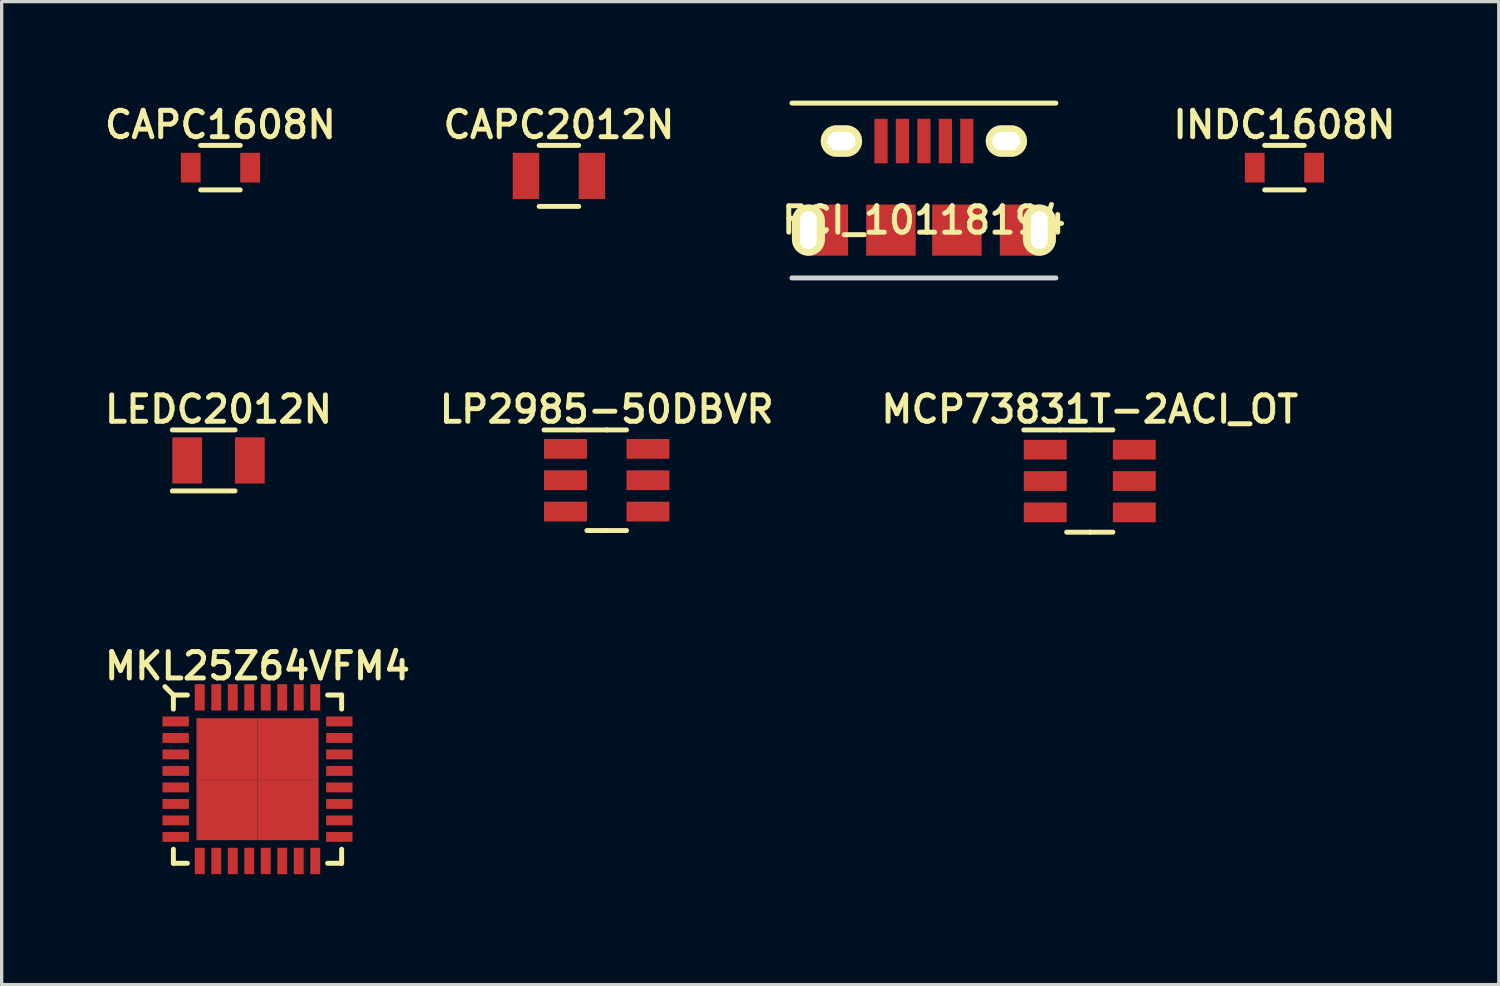
<source format=kicad_pcb>
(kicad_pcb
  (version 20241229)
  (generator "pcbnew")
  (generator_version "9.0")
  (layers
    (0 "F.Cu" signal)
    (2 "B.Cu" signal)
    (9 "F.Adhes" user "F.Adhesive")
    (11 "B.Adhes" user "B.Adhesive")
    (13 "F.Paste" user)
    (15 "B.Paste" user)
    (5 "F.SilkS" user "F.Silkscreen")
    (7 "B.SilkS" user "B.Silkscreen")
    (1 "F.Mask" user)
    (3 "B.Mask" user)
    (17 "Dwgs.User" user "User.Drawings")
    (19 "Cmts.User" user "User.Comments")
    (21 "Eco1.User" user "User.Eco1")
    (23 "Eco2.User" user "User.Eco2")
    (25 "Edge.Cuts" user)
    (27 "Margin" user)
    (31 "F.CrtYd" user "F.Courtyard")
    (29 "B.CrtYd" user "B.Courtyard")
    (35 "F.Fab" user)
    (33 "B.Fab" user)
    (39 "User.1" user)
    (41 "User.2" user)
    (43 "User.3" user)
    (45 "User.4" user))
  (footprint "CAPC1608N"
    (layer "F.Cu")
    (at 3.631 2.031)
    (property "Reference" "CAPC1608N" (at 0 -1.3 0) (layer "F.SilkS") (effects (font (size 0.8 0.8) (thickness 0.15))))
    (attr through_hole)
    (fp_line (start -0.6 -0.675) (end 0.6 -0.675) (stroke (width 0.15) (type solid)) (layer "F.SilkS"))
    (fp_line (start -0.6 0.675) (end 0.6 0.675) (stroke (width 0.15) (type solid)) (layer "F.SilkS"))
    (fp_line (start -0.85 0.45) (end -0.85 -0.2) (stroke (width 0.15) (type solid)) (layer "Eco1.User"))
    (fp_line (start -0.6 -0.45) (end -0.85 -0.2) (stroke (width 0.15) (type solid)) (layer "Eco1.User"))
    (fp_line (start -0.6 -0.45) (end 0.85 -0.45) (stroke (width 0.15) (type solid)) (layer "Eco1.User"))
    (fp_line (start 0.85 -0.45) (end 0.85 0.45) (stroke (width 0.15) (type solid)) (layer "Eco1.User"))
    (fp_line (start 0.85 0.45) (end -0.85 0.45) (stroke (width 0.15) (type solid)) (layer "Eco1.User"))
    (fp_line (start -1.45 -0.7) (end -1.45 0.7) (stroke (width 0.15) (type solid)) (layer "Eco2.User"))
    (fp_line (start -1.45 0.7) (end 1.45 0.7) (stroke (width 0.15) (type solid)) (layer "Eco2.User"))
    (fp_line (start 1.45 -0.7) (end -1.45 -0.7) (stroke (width 0.15) (type solid)) (layer "Eco2.User"))
    (fp_line (start 1.45 0.7) (end 1.45 -0.7) (stroke (width 0.15) (type solid)) (layer "Eco2.User"))
    (pad "1" smd rect (at -0.9 0) (size 0.6 0.9) (layers "F.Cu" "F.Mask" "F.Paste"))
    (pad "2" smd rect (at 0.9 0) (size 0.6 0.9) (layers "F.Cu" "F.Mask" "F.Paste")))
  (footprint "MKL25Z64VFM4"
    (layer "F.Cu")
    (at 4.755 20.567)
    (property "Reference" "MKL25Z64VFM4" (at 0 -3.43 0) (layer "F.SilkS") (effects (font (size 0.8 0.8) (thickness 0.15))))
    (attr through_hole)
    (fp_line (start -2.55 -2.55) (end -2.805 -2.805) (stroke (width 0.15) (type solid)) (layer "F.SilkS"))
    (fp_line (start -2.55 -2.55) (end -2.55 -2.125) (stroke (width 0.15) (type solid)) (layer "F.SilkS"))
    (fp_line (start -2.55 -2.55) (end -2.125 -2.55) (stroke (width 0.15) (type solid)) (layer "F.SilkS"))
    (fp_line (start -2.55 2.55) (end -2.55 2.125) (stroke (width 0.15) (type solid)) (layer "F.SilkS"))
    (fp_line (start -2.55 2.55) (end -2.125 2.55) (stroke (width 0.15) (type solid)) (layer "F.SilkS"))
    (fp_line (start 2.55 -2.55) (end 2.125 -2.55) (stroke (width 0.15) (type solid)) (layer "F.SilkS"))
    (fp_line (start 2.55 -2.55) (end 2.55 -2.125) (stroke (width 0.15) (type solid)) (layer "F.SilkS"))
    (fp_line (start 2.55 2.55) (end 2.125 2.55) (stroke (width 0.15) (type solid)) (layer "F.SilkS"))
    (fp_line (start 2.55 2.55) (end 2.55 2.125) (stroke (width 0.15) (type solid)) (layer "F.SilkS"))
    (fp_line (start -2.55 2.55) (end -2.55 -2.05) (stroke (width 0.15) (type solid)) (layer "Eco1.User"))
    (fp_line (start -2.05 -2.55) (end -2.55 -2.05) (stroke (width 0.15) (type solid)) (layer "Eco1.User"))
    (fp_line (start -2.05 -2.55) (end 2.55 -2.55) (stroke (width 0.15) (type solid)) (layer "Eco1.User"))
    (fp_line (start 2.55 -2.55) (end 2.55 2.55) (stroke (width 0.15) (type solid)) (layer "Eco1.User"))
    (fp_line (start 2.55 2.55) (end -2.55 2.55) (stroke (width 0.15) (type solid)) (layer "Eco1.User"))
    (fp_line (start -3.15 -3.15) (end -3.15 3.15) (stroke (width 0.15) (type solid)) (layer "Eco2.User"))
    (fp_line (start -3.15 3.15) (end 3.15 3.15) (stroke (width 0.15) (type solid)) (layer "Eco2.User"))
    (fp_line (start 3.15 -3.15) (end -3.15 -3.15) (stroke (width 0.15) (type solid)) (layer "Eco2.User"))
    (fp_line (start 3.15 3.15) (end 3.15 -3.15) (stroke (width 0.15) (type solid)) (layer "Eco2.User"))
    (pad "1" smd rect (at -2.48 -1.75) (size 0.8 0.3) (layers "F.Cu" "F.Mask" "F.Paste"))
    (pad "2" smd rect (at -2.48 -1.25) (size 0.8 0.3) (layers "F.Cu" "F.Mask" "F.Paste"))
    (pad "3" smd rect (at -2.48 -0.75) (size 0.8 0.3) (layers "F.Cu" "F.Mask" "F.Paste"))
    (pad "4" smd rect (at -2.48 -0.25) (size 0.8 0.3) (layers "F.Cu" "F.Mask" "F.Paste"))
    (pad "5" smd rect (at -2.48 0.25) (size 0.8 0.3) (layers "F.Cu" "F.Mask" "F.Paste"))
    (pad "6" smd rect (at -2.48 0.75) (size 0.8 0.3) (layers "F.Cu" "F.Mask" "F.Paste"))
    (pad "7" smd rect (at -2.48 1.25) (size 0.8 0.3) (layers "F.Cu" "F.Mask" "F.Paste"))
    (pad "8" smd rect (at -2.48 1.75) (size 0.8 0.3) (layers "F.Cu" "F.Mask" "F.Paste"))
    (pad "9" smd rect (at -1.75 2.48) (size 0.3 0.8) (layers "F.Cu" "F.Mask" "F.Paste"))
    (pad "10" smd rect (at -1.25 2.48) (size 0.3 0.8) (layers "F.Cu" "F.Mask" "F.Paste"))
    (pad "11" smd rect (at -0.75 2.48) (size 0.3 0.8) (layers "F.Cu" "F.Mask" "F.Paste"))
    (pad "12" smd rect (at -0.25 2.48) (size 0.3 0.8) (layers "F.Cu" "F.Mask" "F.Paste"))
    (pad "13" smd rect (at 0.25 2.48) (size 0.3 0.8) (layers "F.Cu" "F.Mask" "F.Paste"))
    (pad "14" smd rect (at 0.75 2.48) (size 0.3 0.8) (layers "F.Cu" "F.Mask" "F.Paste"))
    (pad "15" smd rect (at 1.25 2.48) (size 0.3 0.8) (layers "F.Cu" "F.Mask" "F.Paste"))
    (pad "16" smd rect (at 1.75 2.48) (size 0.3 0.8) (layers "F.Cu" "F.Mask" "F.Paste"))
    (pad "17" smd rect (at 2.48 1.75) (size 0.8 0.3) (layers "F.Cu" "F.Mask" "F.Paste"))
    (pad "18" smd rect (at 2.48 1.25) (size 0.8 0.3) (layers "F.Cu" "F.Mask" "F.Paste"))
    (pad "19" smd rect (at 2.48 0.75) (size 0.8 0.3) (layers "F.Cu" "F.Mask" "F.Paste"))
    (pad "20" smd rect (at 2.48 0.25) (size 0.8 0.3) (layers "F.Cu" "F.Mask" "F.Paste"))
    (pad "21" smd rect (at 2.48 -0.25) (size 0.8 0.3) (layers "F.Cu" "F.Mask" "F.Paste"))
    (pad "22" smd rect (at 2.48 -0.75) (size 0.8 0.3) (layers "F.Cu" "F.Mask" "F.Paste"))
    (pad "23" smd rect (at 2.48 -1.25) (size 0.8 0.3) (layers "F.Cu" "F.Mask" "F.Paste"))
    (pad "24" smd rect (at 2.48 -1.75) (size 0.8 0.3) (layers "F.Cu" "F.Mask" "F.Paste"))
    (pad "25" smd rect (at 1.75 -2.48) (size 0.3 0.8) (layers "F.Cu" "F.Mask" "F.Paste"))
    (pad "26" smd rect (at 1.25 -2.48) (size 0.3 0.8) (layers "F.Cu" "F.Mask" "F.Paste"))
    (pad "27" smd rect (at 0.75 -2.48) (size 0.3 0.8) (layers "F.Cu" "F.Mask" "F.Paste"))
    (pad "28" smd rect (at 0.25 -2.48) (size 0.3 0.8) (layers "F.Cu" "F.Mask" "F.Paste"))
    (pad "29" smd rect (at -0.25 -2.48) (size 0.3 0.8) (layers "F.Cu" "F.Mask" "F.Paste"))
    (pad "30" smd rect (at -0.75 -2.48) (size 0.3 0.8) (layers "F.Cu" "F.Mask" "F.Paste"))
    (pad "31" smd rect (at -1.25 -2.48) (size 0.3 0.8) (layers "F.Cu" "F.Mask" "F.Paste"))
    (pad "32" smd rect (at -1.75 -2.48) (size 0.3 0.8) (layers "F.Cu" "F.Mask" "F.Paste"))
    (pad "33" smd rect (at -0.925 -0.925) (size 1.85 1.85) (layers "F.Cu" "F.Mask" "F.Paste"))
    (pad "33" smd rect (at -0.925 0.925) (size 1.85 1.85) (layers "F.Cu" "F.Mask" "F.Paste"))
    (pad "33" smd rect (at 0.925 -0.925) (size 1.85 1.85) (layers "F.Cu" "F.Mask" "F.Paste"))
    (pad "33" smd rect (at 0.925 0.925) (size 1.85 1.85) (layers "F.Cu" "F.Mask" "F.Paste")))
  (footprint "LEDC2012N"
    (layer "F.Cu")
    (at 3.574 10.906)
    (property "Reference" "LEDC2012N" (at 0 -1.55 0) (layer "F.SilkS") (effects (font (size 0.8 0.8) (thickness 0.15))))
    (attr through_hole)
    (fp_line (start -1.4 -0.925) (end 0.5 -0.925) (stroke (width 0.15) (type solid)) (layer "F.SilkS"))
    (fp_line (start -1.4 0.925) (end 0.5 0.925) (stroke (width 0.15) (type solid)) (layer "F.SilkS"))
    (fp_line (start -1.05 0.675) (end -1.05 -0.425) (stroke (width 0.15) (type solid)) (layer "Eco1.User"))
    (fp_line (start -0.8 -0.675) (end -1.05 -0.425) (stroke (width 0.15) (type solid)) (layer "Eco1.User"))
    (fp_line (start -0.8 -0.675) (end 1.05 -0.675) (stroke (width 0.15) (type solid)) (layer "Eco1.User"))
    (fp_line (start 1.05 -0.675) (end 1.05 0.675) (stroke (width 0.15) (type solid)) (layer "Eco1.User"))
    (fp_line (start 1.05 0.675) (end -1.05 0.675) (stroke (width 0.15) (type solid)) (layer "Eco1.User"))
    (fp_line (start -1.65 -0.95) (end -1.65 0.95) (stroke (width 0.15) (type solid)) (layer "Eco2.User"))
    (fp_line (start -1.65 0.95) (end 1.65 0.95) (stroke (width 0.15) (type solid)) (layer "Eco2.User"))
    (fp_line (start 1.65 -0.95) (end -1.65 -0.95) (stroke (width 0.15) (type solid)) (layer "Eco2.User"))
    (fp_line (start 1.65 0.95) (end 1.65 -0.95) (stroke (width 0.15) (type solid)) (layer "Eco2.User"))
    (pad "1" smd rect (at 0.95 0) (size 0.9 1.4) (layers "F.Cu" "F.Mask" "F.Paste"))
    (pad "2" smd rect (at -0.95 0) (size 0.9 1.4) (layers "F.Cu" "F.Mask" "F.Paste")))
  (footprint "MCP73831T-2ACI_OT"
    (layer "F.Cu")
    (at 29.982 11.531)
    (property "Reference" "MCP73831T-2ACI_OT" (at 0 -2.175 0) (layer "F.SilkS") (effects (font (size 0.8 0.8) (thickness 0.15))))
    (attr through_hole)
    (fp_line (start -0.9 -1.55) (end -2 -1.55) (stroke (width 0.15) (type solid)) (layer "F.SilkS"))
    (fp_line (start -0.9 -1.55) (end 0 -1.55) (stroke (width 0.15) (type solid)) (layer "F.SilkS"))
    (fp_line (start -0.7 1.55) (end 0 1.55) (stroke (width 0.15) (type solid)) (layer "F.SilkS"))
    (fp_line (start 0.7 -1.55) (end 0 -1.55) (stroke (width 0.15) (type solid)) (layer "F.SilkS"))
    (fp_line (start 0.7 1.55) (end 0 1.55) (stroke (width 0.15) (type solid)) (layer "F.SilkS"))
    (fp_line (start -0.9 1.55) (end -0.9 -1.05) (stroke (width 0.15) (type solid)) (layer "Eco1.User"))
    (fp_line (start -0.4 -1.55) (end -0.9 -1.05) (stroke (width 0.15) (type solid)) (layer "Eco1.User"))
    (fp_line (start -0.4 -1.55) (end 0.9 -1.55) (stroke (width 0.15) (type solid)) (layer "Eco1.User"))
    (fp_line (start 0.9 -1.55) (end 0.9 1.55) (stroke (width 0.15) (type solid)) (layer "Eco1.User"))
    (fp_line (start 0.9 1.55) (end -0.9 1.55) (stroke (width 0.15) (type solid)) (layer "Eco1.User"))
    (fp_line (start -2.25 -1.8) (end -2.25 1.8) (stroke (width 0.15) (type solid)) (layer "Eco2.User"))
    (fp_line (start -2.25 1.8) (end 2.25 1.8) (stroke (width 0.15) (type solid)) (layer "Eco2.User"))
    (fp_line (start 2.25 -1.8) (end -2.25 -1.8) (stroke (width 0.15) (type solid)) (layer "Eco2.User"))
    (fp_line (start 2.25 1.8) (end 2.25 -1.8) (stroke (width 0.15) (type solid)) (layer "Eco2.User"))
    (pad "1" smd rect (at -1.35 -0.95) (size 1.3 0.6) (layers "F.Cu" "F.Mask" "F.Paste"))
    (pad "2" smd rect (at -1.35 0) (size 1.3 0.6) (layers "F.Cu" "F.Mask" "F.Paste"))
    (pad "3" smd rect (at -1.35 0.95) (size 1.3 0.6) (layers "F.Cu" "F.Mask" "F.Paste"))
    (pad "4" smd rect (at 1.35 0.95) (size 1.3 0.6) (layers "F.Cu" "F.Mask" "F.Paste"))
    (pad "5" smd rect (at 1.35 0) (size 1.3 0.6) (layers "F.Cu" "F.Mask" "F.Paste"))
    (pad "6" smd rect (at 1.35 -0.95) (size 1.3 0.6) (layers "F.Cu" "F.Mask" "F.Paste")))
  (footprint "CAPC2012N"
    (layer "F.Cu")
    (at 13.892 2.281)
    (property "Reference" "CAPC2012N" (at 0 -1.55 0) (layer "F.SilkS") (effects (font (size 0.8 0.8) (thickness 0.15))))
    (attr through_hole)
    (fp_line (start -0.6 -0.925) (end 0.6 -0.925) (stroke (width 0.15) (type solid)) (layer "F.SilkS"))
    (fp_line (start -0.6 0.925) (end 0.6 0.925) (stroke (width 0.15) (type solid)) (layer "F.SilkS"))
    (fp_line (start -1.05 0.675) (end -1.05 -0.425) (stroke (width 0.15) (type solid)) (layer "Eco1.User"))
    (fp_line (start -0.8 -0.675) (end -1.05 -0.425) (stroke (width 0.15) (type solid)) (layer "Eco1.User"))
    (fp_line (start -0.8 -0.675) (end 1.05 -0.675) (stroke (width 0.15) (type solid)) (layer "Eco1.User"))
    (fp_line (start 1.05 -0.675) (end 1.05 0.675) (stroke (width 0.15) (type solid)) (layer "Eco1.User"))
    (fp_line (start 1.05 0.675) (end -1.05 0.675) (stroke (width 0.15) (type solid)) (layer "Eco1.User"))
    (fp_line (start -1.65 -0.95) (end -1.65 0.95) (stroke (width 0.15) (type solid)) (layer "Eco2.User"))
    (fp_line (start -1.65 0.95) (end 1.65 0.95) (stroke (width 0.15) (type solid)) (layer "Eco2.User"))
    (fp_line (start 1.65 -0.95) (end -1.65 -0.95) (stroke (width 0.15) (type solid)) (layer "Eco2.User"))
    (fp_line (start 1.65 0.95) (end 1.65 -0.95) (stroke (width 0.15) (type solid)) (layer "Eco2.User"))
    (pad "1" smd rect (at -1 0) (size 0.8 1.4) (layers "F.Cu" "F.Mask" "F.Paste"))
    (pad "2" smd rect (at 1 0) (size 0.8 1.4) (layers "F.Cu" "F.Mask" "F.Paste")))
  (footprint "INDC1608N"
    (layer "F.Cu")
    (at 35.882 2.031)
    (property "Reference" "INDC1608N" (at 0 -1.3 0) (layer "F.SilkS") (effects (font (size 0.8 0.8) (thickness 0.15))))
    (attr through_hole)
    (fp_line (start -0.6 -0.675) (end 0.6 -0.675) (stroke (width 0.15) (type solid)) (layer "F.SilkS"))
    (fp_line (start -0.6 0.675) (end 0.6 0.675) (stroke (width 0.15) (type solid)) (layer "F.SilkS"))
    (fp_line (start -0.85 0.45) (end -0.85 -0.2) (stroke (width 0.15) (type solid)) (layer "Eco1.User"))
    (fp_line (start -0.6 -0.45) (end -0.85 -0.2) (stroke (width 0.15) (type solid)) (layer "Eco1.User"))
    (fp_line (start -0.6 -0.45) (end 0.85 -0.45) (stroke (width 0.15) (type solid)) (layer "Eco1.User"))
    (fp_line (start 0.85 -0.45) (end 0.85 0.45) (stroke (width 0.15) (type solid)) (layer "Eco1.User"))
    (fp_line (start 0.85 0.45) (end -0.85 0.45) (stroke (width 0.15) (type solid)) (layer "Eco1.User"))
    (fp_line (start -1.45 -0.7) (end -1.45 0.7) (stroke (width 0.15) (type solid)) (layer "Eco2.User"))
    (fp_line (start -1.45 0.7) (end 1.45 0.7) (stroke (width 0.15) (type solid)) (layer "Eco2.User"))
    (fp_line (start 1.45 -0.7) (end -1.45 -0.7) (stroke (width 0.15) (type solid)) (layer "Eco2.User"))
    (fp_line (start 1.45 0.7) (end 1.45 -0.7) (stroke (width 0.15) (type solid)) (layer "Eco2.User"))
    (pad "1" smd rect (at -0.9 0) (size 0.6 0.9) (layers "F.Cu" "F.Mask" "F.Paste"))
    (pad "2" smd rect (at 0.9 0) (size 0.6 0.9) (layers "F.Cu" "F.Mask" "F.Paste")))
  (footprint "FCI_10118194"
    (layer "F.Cu")
    (at 24.954 5.375)
    (property "Reference" "FCI_10118194" (at 0 -1.75 0) (layer "F.SilkS") (effects (font (size 0.8 0.8) (thickness 0.15))))
    (attr through_hole)
    (fp_line (start -4 -5.3) (end 4 -5.3) (stroke (width 0.15) (type solid)) (layer "F.SilkS"))
    (fp_line (start -4 0) (end 4 0) (stroke (width 0.15) (type solid)) (layer "Edge.Cuts"))
    (pad "1" smd rect (at -1.3 -4.15) (size 0.4 1.35) (layers "F.Cu" "F.Mask" "F.Paste"))
    (pad "2" smd rect (at -0.65 -4.15) (size 0.4 1.35) (layers "F.Cu" "F.Mask" "F.Paste"))
    (pad "3" smd rect (at 0 -4.15) (size 0.4 1.35) (layers "F.Cu" "F.Mask" "F.Paste"))
    (pad "4" smd rect (at 0.65 -4.15) (size 0.4 1.35) (layers "F.Cu" "F.Mask" "F.Paste"))
    (pad "5" smd rect (at 1.3 -4.15) (size 0.4 1.35) (layers "F.Cu" "F.Mask" "F.Paste"))
    (pad "6" thru_hole oval (at -3.5 -1.45) (size 1 1.55) (drill oval 0.5 1.15) (layers "*.Cu" "*.Mask" "F.SilkS" "F.Paste"))
    (pad "6" smd rect (at -2.9 -1.45) (size 1.2 1.55) (layers "F.Cu" "F.Mask" "F.Paste"))
    (pad "6" thru_hole oval (at -2.5 -4.15) (size 1.25 0.95) (drill oval 0.85 0.55) (layers "*.Cu" "*.Mask" "F.SilkS" "F.Paste"))
    (pad "6" smd rect (at -1 -1.45) (size 1.5 1.55) (layers "F.Cu" "F.Mask" "F.Paste"))
    (pad "6" smd rect (at 1 -1.45) (size 1.5 1.55) (layers "F.Cu" "F.Mask" "F.Paste"))
    (pad "6" thru_hole oval (at 2.5 -4.15) (size 1.25 0.95) (drill oval 0.85 0.55) (layers "*.Cu" "*.Mask" "F.SilkS" "F.Paste"))
    (pad "6" smd rect (at 2.9 -1.45) (size 1.2 1.55) (layers "F.Cu" "F.Mask" "F.Paste"))
    (pad "6" thru_hole oval (at 3.5 -1.45) (size 1 1.55) (drill oval 0.5 1.15) (layers "*.Cu" "*.Mask" "F.SilkS" "F.Paste")))
  (footprint "LP2985-50DBVR"
    (layer "F.Cu")
    (at 15.34 11.506)
    (property "Reference" "LP2985-50DBVR" (at 0 -2.15 0) (layer "F.SilkS") (effects (font (size 0.8 0.8) (thickness 0.15))))
    (attr through_hole)
    (fp_line (start -0.875 -1.525) (end -1.9 -1.525) (stroke (width 0.15) (type solid)) (layer "F.SilkS"))
    (fp_line (start -0.875 -1.525) (end 0 -1.525) (stroke (width 0.15) (type solid)) (layer "F.SilkS"))
    (fp_line (start -0.6 1.525) (end 0 1.525) (stroke (width 0.15) (type solid)) (layer "F.SilkS"))
    (fp_line (start 0.6 -1.525) (end 0 -1.525) (stroke (width 0.15) (type solid)) (layer "F.SilkS"))
    (fp_line (start 0.6 1.525) (end 0 1.525) (stroke (width 0.15) (type solid)) (layer "F.SilkS"))
    (fp_line (start -0.875 1.525) (end -0.875 -1.025) (stroke (width 0.15) (type solid)) (layer "Eco1.User"))
    (fp_line (start -0.375 -1.525) (end -0.875 -1.025) (stroke (width 0.15) (type solid)) (layer "Eco1.User"))
    (fp_line (start -0.375 -1.525) (end 0.875 -1.525) (stroke (width 0.15) (type solid)) (layer "Eco1.User"))
    (fp_line (start 0.875 -1.525) (end 0.875 1.525) (stroke (width 0.15) (type solid)) (layer "Eco1.User"))
    (fp_line (start 0.875 1.525) (end -0.875 1.525) (stroke (width 0.15) (type solid)) (layer "Eco1.User"))
    (fp_line (start -2.15 -1.8) (end -2.15 1.8) (stroke (width 0.15) (type solid)) (layer "Eco2.User"))
    (fp_line (start -2.15 1.8) (end 2.15 1.8) (stroke (width 0.15) (type solid)) (layer "Eco2.User"))
    (fp_line (start 2.15 -1.8) (end -2.15 -1.8) (stroke (width 0.15) (type solid)) (layer "Eco2.User"))
    (fp_line (start 2.15 1.8) (end 2.15 -1.8) (stroke (width 0.15) (type solid)) (layer "Eco2.User"))
    (pad "1" smd rect (at -1.25 -0.95) (size 1.3 0.6) (layers "F.Cu" "F.Mask" "F.Paste"))
    (pad "2" smd rect (at -1.25 0) (size 1.3 0.6) (layers "F.Cu" "F.Mask" "F.Paste"))
    (pad "3" smd rect (at -1.25 0.95) (size 1.3 0.6) (layers "F.Cu" "F.Mask" "F.Paste"))
    (pad "4" smd rect (at 1.25 0.95) (size 1.3 0.6) (layers "F.Cu" "F.Mask" "F.Paste"))
    (pad "5" smd rect (at 1.25 0) (size 1.3 0.6) (layers "F.Cu" "F.Mask" "F.Paste"))
    (pad "6" smd rect (at 1.25 -0.95) (size 1.3 0.6) (layers "F.Cu" "F.Mask" "F.Paste")))
  (gr_rect
    (start -3 -3)
    (end 42.379 26.793)
    (stroke (width 0.1) (type default))
    (fill no)
    (layer "Edge.Cuts")))
</source>
